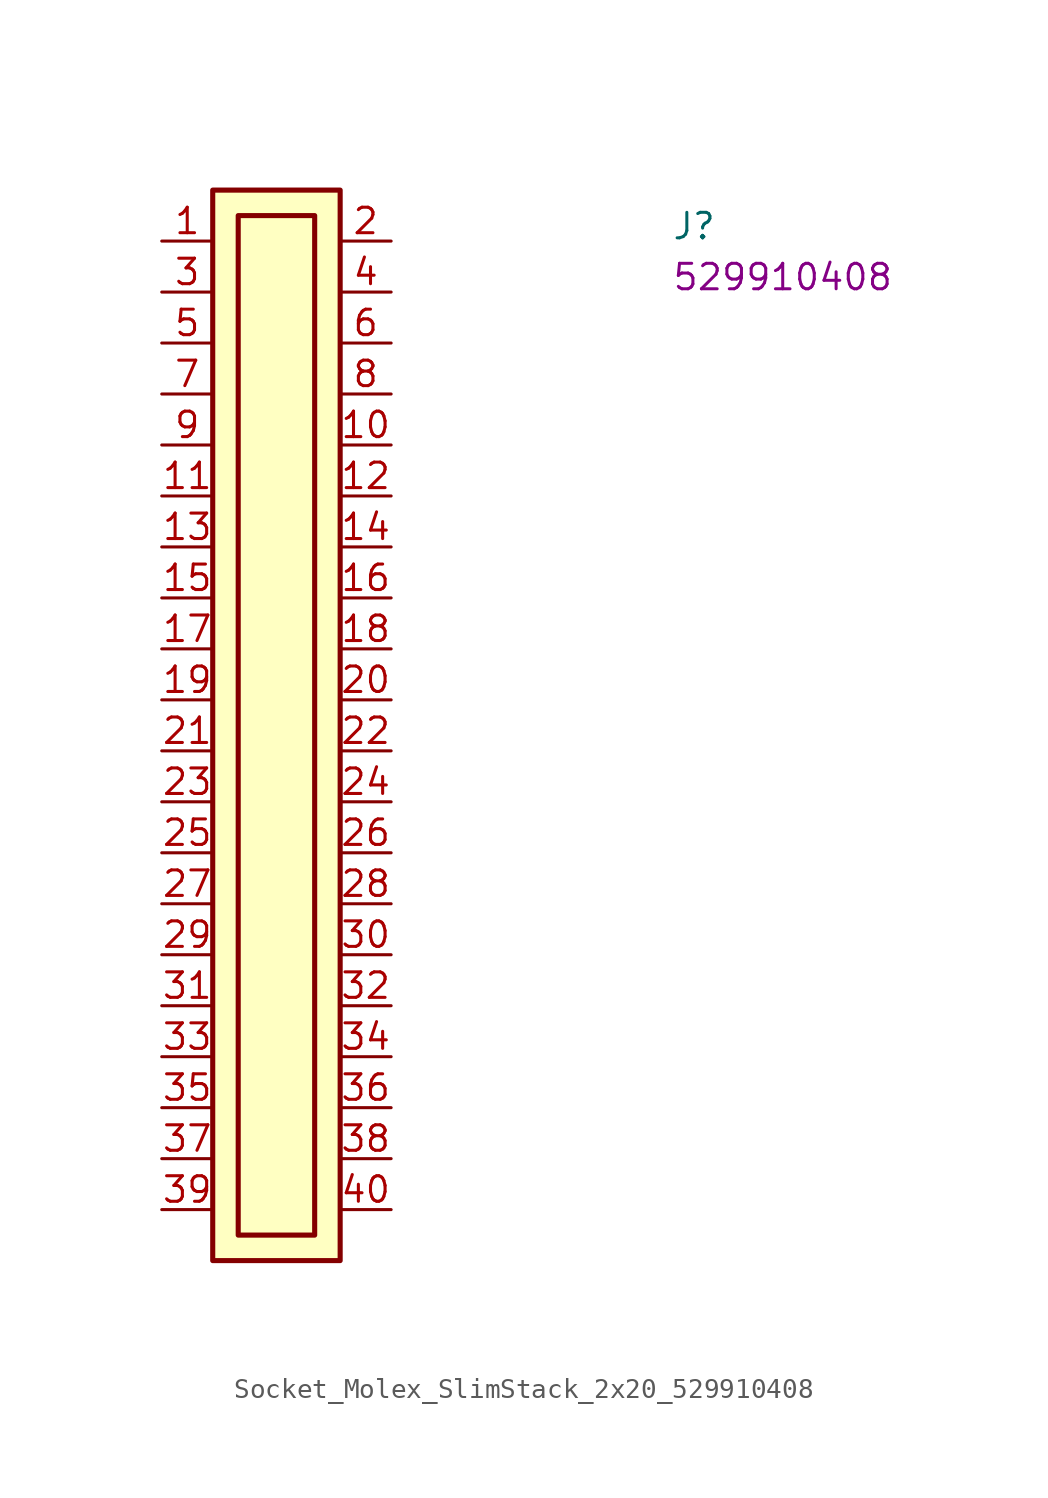
<source format=kicad_sym>
(kicad_symbol_lib
  (version 20220914)
  (generator kicad_symbol_editor)
  (symbol "Socket_Molex_SlimStack_2x20_529910408"
    (property "Reference" "J"
      (at 25.4 0 0)
      (effects (font (size 1.27 1.27) (thickness 0.15)) (justify left bottom)))
    (property "MPN" "529910408"
      (at 25.4 -2.54 0)
      (effects (font (size 1.27 1.27) (thickness 0.15)) (justify left bottom)))
    (symbol "Socket_Molex_SlimStack_2x20_529910408_1_1"
      (rectangle (start 2.54 2.54) (end 8.89 -50.8) (stroke (width 0.254) (type default)) (fill (type background)))
      (rectangle (start 3.81 1.27) (end 7.62 -49.53) (stroke (width 0.254) (type default)) (fill (type background)))
      (pin passive line (at 0 0 0) (length 2.54) (name "~" (effects (font (size 1.27 1.27)))) (number "1" (effects (font (size 1.27 1.27)))))
      (pin passive line (at 11.43 -10.16 180) (length 2.54) (name "~" (effects (font (size 1.27 1.27)))) (number "10" (effects (font (size 1.27 1.27)))))
      (pin passive line (at 0 -12.7 0) (length 2.54) (name "~" (effects (font (size 1.27 1.27)))) (number "11" (effects (font (size 1.27 1.27)))))
      (pin passive line (at 11.43 -12.7 180) (length 2.54) (name "~" (effects (font (size 1.27 1.27)))) (number "12" (effects (font (size 1.27 1.27)))))
      (pin passive line (at 0 -15.24 0) (length 2.54) (name "~" (effects (font (size 1.27 1.27)))) (number "13" (effects (font (size 1.27 1.27)))))
      (pin passive line (at 11.43 -15.24 180) (length 2.54) (name "~" (effects (font (size 1.27 1.27)))) (number "14" (effects (font (size 1.27 1.27)))))
      (pin passive line (at 0 -17.78 0) (length 2.54) (name "~" (effects (font (size 1.27 1.27)))) (number "15" (effects (font (size 1.27 1.27)))))
      (pin passive line (at 11.43 -17.78 180) (length 2.54) (name "~" (effects (font (size 1.27 1.27)))) (number "16" (effects (font (size 1.27 1.27)))))
      (pin passive line (at 0 -20.32 0) (length 2.54) (name "~" (effects (font (size 1.27 1.27)))) (number "17" (effects (font (size 1.27 1.27)))))
      (pin passive line (at 11.43 -20.32 180) (length 2.54) (name "~" (effects (font (size 1.27 1.27)))) (number "18" (effects (font (size 1.27 1.27)))))
      (pin passive line (at 0 -22.86 0) (length 2.54) (name "~" (effects (font (size 1.27 1.27)))) (number "19" (effects (font (size 1.27 1.27)))))
      (pin passive line (at 11.43 0 180) (length 2.54) (name "~" (effects (font (size 1.27 1.27)))) (number "2" (effects (font (size 1.27 1.27)))))
      (pin passive line (at 11.43 -22.86 180) (length 2.54) (name "~" (effects (font (size 1.27 1.27)))) (number "20" (effects (font (size 1.27 1.27)))))
      (pin passive line (at 0 -25.4 0) (length 2.54) (name "~" (effects (font (size 1.27 1.27)))) (number "21" (effects (font (size 1.27 1.27)))))
      (pin passive line (at 11.43 -25.4 180) (length 2.54) (name "~" (effects (font (size 1.27 1.27)))) (number "22" (effects (font (size 1.27 1.27)))))
      (pin passive line (at 0 -27.94 0) (length 2.54) (name "~" (effects (font (size 1.27 1.27)))) (number "23" (effects (font (size 1.27 1.27)))))
      (pin passive line (at 11.43 -27.94 180) (length 2.54) (name "~" (effects (font (size 1.27 1.27)))) (number "24" (effects (font (size 1.27 1.27)))))
      (pin passive line (at 0 -30.48 0) (length 2.54) (name "~" (effects (font (size 1.27 1.27)))) (number "25" (effects (font (size 1.27 1.27)))))
      (pin passive line (at 11.43 -30.48 180) (length 2.54) (name "~" (effects (font (size 1.27 1.27)))) (number "26" (effects (font (size 1.27 1.27)))))
      (pin passive line (at 0 -33.02 0) (length 2.54) (name "~" (effects (font (size 1.27 1.27)))) (number "27" (effects (font (size 1.27 1.27)))))
      (pin passive line (at 11.43 -33.02 180) (length 2.54) (name "~" (effects (font (size 1.27 1.27)))) (number "28" (effects (font (size 1.27 1.27)))))
      (pin passive line (at 0 -35.56 0) (length 2.54) (name "~" (effects (font (size 1.27 1.27)))) (number "29" (effects (font (size 1.27 1.27)))))
      (pin passive line (at 0 -2.54 0) (length 2.54) (name "~" (effects (font (size 1.27 1.27)))) (number "3" (effects (font (size 1.27 1.27)))))
      (pin passive line (at 11.43 -35.56 180) (length 2.54) (name "~" (effects (font (size 1.27 1.27)))) (number "30" (effects (font (size 1.27 1.27)))))
      (pin passive line (at 0 -38.1 0) (length 2.54) (name "~" (effects (font (size 1.27 1.27)))) (number "31" (effects (font (size 1.27 1.27)))))
      (pin passive line (at 11.43 -38.1 180) (length 2.54) (name "~" (effects (font (size 1.27 1.27)))) (number "32" (effects (font (size 1.27 1.27)))))
      (pin passive line (at 0 -40.64 0) (length 2.54) (name "~" (effects (font (size 1.27 1.27)))) (number "33" (effects (font (size 1.27 1.27)))))
      (pin passive line (at 11.43 -40.64 180) (length 2.54) (name "~" (effects (font (size 1.27 1.27)))) (number "34" (effects (font (size 1.27 1.27)))))
      (pin passive line (at 0 -43.18 0) (length 2.54) (name "~" (effects (font (size 1.27 1.27)))) (number "35" (effects (font (size 1.27 1.27)))))
      (pin passive line (at 11.43 -43.18 180) (length 2.54) (name "~" (effects (font (size 1.27 1.27)))) (number "36" (effects (font (size 1.27 1.27)))))
      (pin passive line (at 0 -45.72 0) (length 2.54) (name "~" (effects (font (size 1.27 1.27)))) (number "37" (effects (font (size 1.27 1.27)))))
      (pin passive line (at 11.43 -45.72 180) (length 2.54) (name "~" (effects (font (size 1.27 1.27)))) (number "38" (effects (font (size 1.27 1.27)))))
      (pin passive line (at 0 -48.26 0) (length 2.54) (name "~" (effects (font (size 1.27 1.27)))) (number "39" (effects (font (size 1.27 1.27)))))
      (pin passive line (at 11.43 -2.54 180) (length 2.54) (name "~" (effects (font (size 1.27 1.27)))) (number "4" (effects (font (size 1.27 1.27)))))
      (pin passive line (at 11.43 -48.26 180) (length 2.54) (name "~" (effects (font (size 1.27 1.27)))) (number "40" (effects (font (size 1.27 1.27)))))
      (pin passive line (at 0 -5.08 0) (length 2.54) (name "~" (effects (font (size 1.27 1.27)))) (number "5" (effects (font (size 1.27 1.27)))))
      (pin passive line (at 11.43 -5.08 180) (length 2.54) (name "~" (effects (font (size 1.27 1.27)))) (number "6" (effects (font (size 1.27 1.27)))))
      (pin passive line (at 0 -7.62 0) (length 2.54) (name "~" (effects (font (size 1.27 1.27)))) (number "7" (effects (font (size 1.27 1.27)))))
      (pin passive line (at 11.43 -7.62 180) (length 2.54) (name "~" (effects (font (size 1.27 1.27)))) (number "8" (effects (font (size 1.27 1.27)))))
      (pin passive line (at 0 -10.16 0) (length 2.54) (name "~" (effects (font (size 1.27 1.27)))) (number "9" (effects (font (size 1.27 1.27))))))))
</source>
